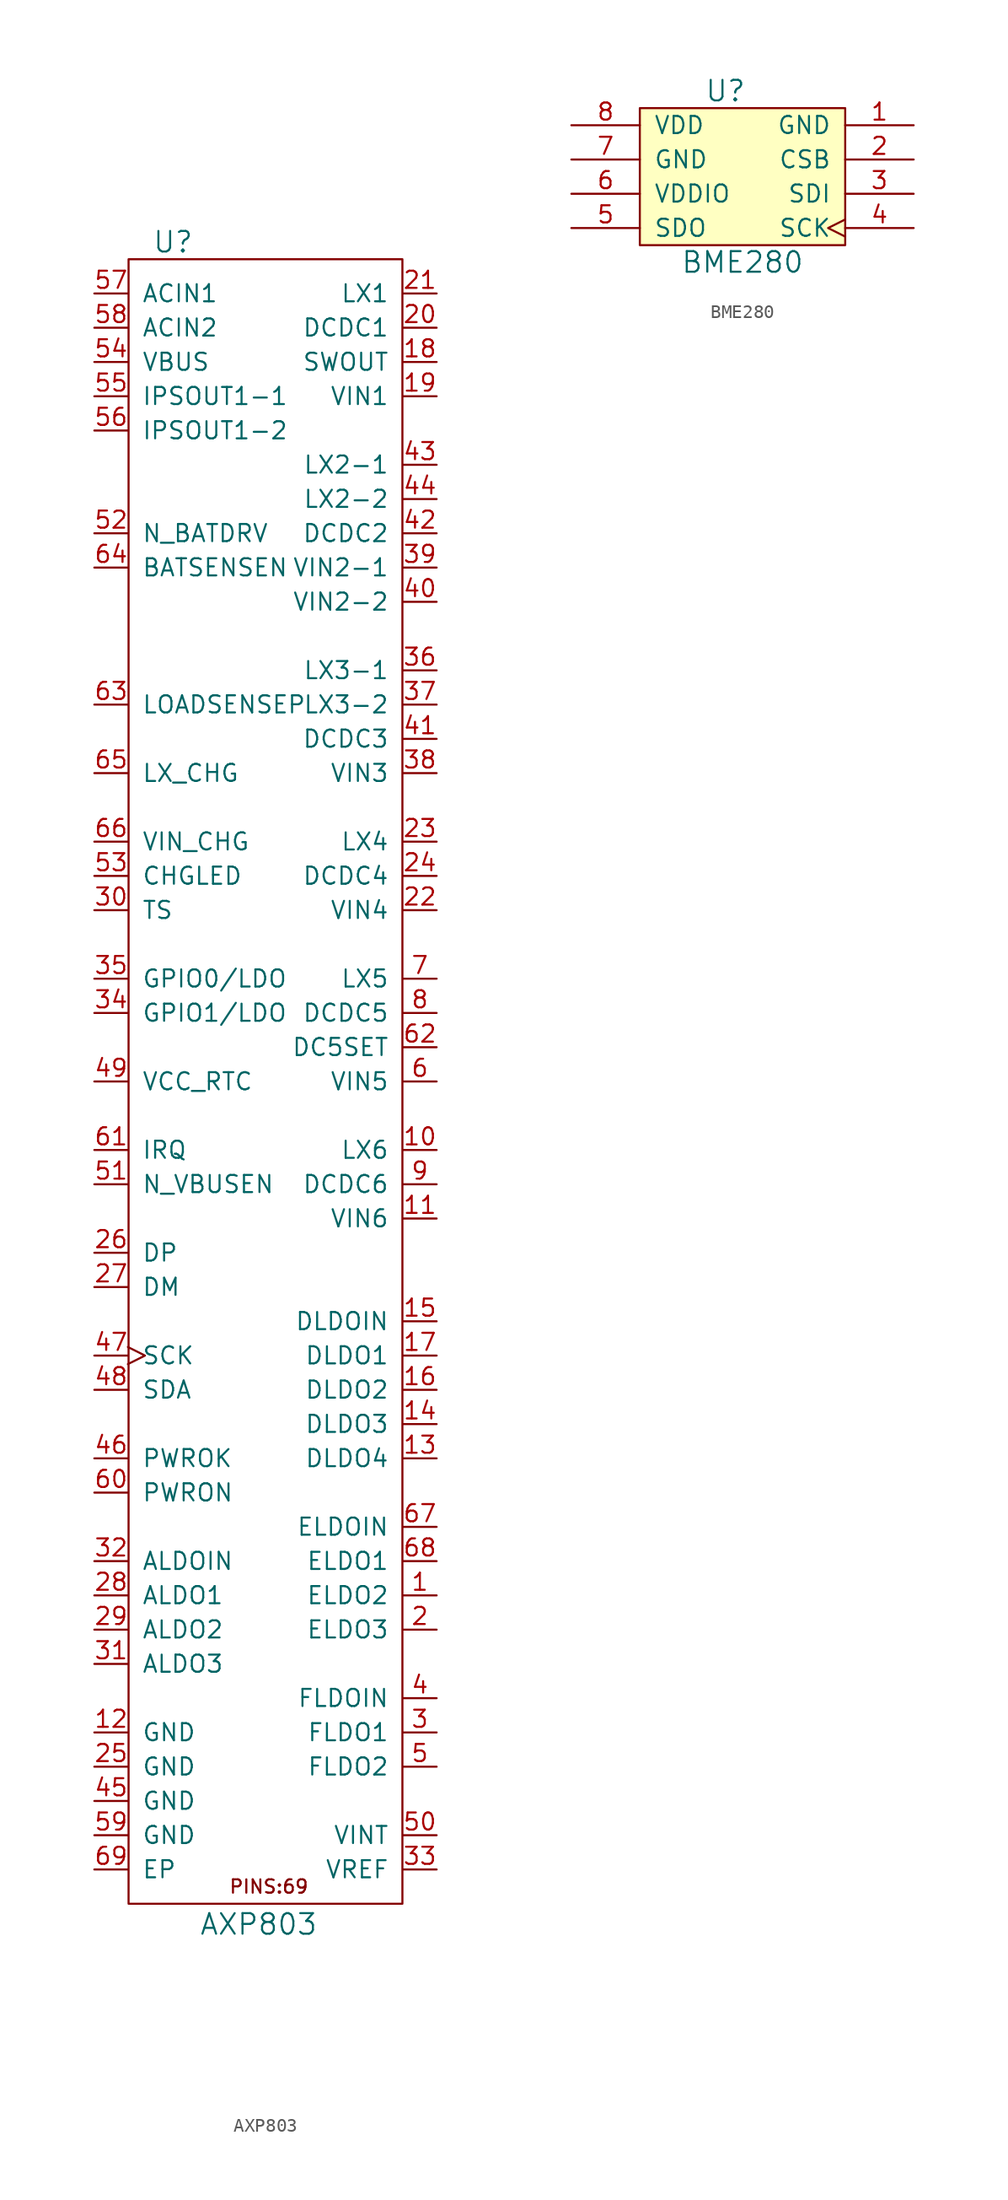
<source format=kicad_sym>
(kicad_symbol_lib
  (version 20220914)
  (generator kicad_symbol_editor)
  (symbol "AXP803"
    (pin_names
      (offset 1.016))
    (property "Reference" "U"
      (at -6.858 59.69 0)
      (effects (font (size 1.524 1.524))))
    (property "Value" "AXP803"
      (at -0.508 -65.024 0)
      (effects (font (size 1.524 1.524))))
    (property "Footprint" ""
      (at -5.08 17.78 0)
      (effects (font (size 1.524 1.524))))
    (property "Datasheet" ""
      (at -5.08 17.78 0)
      (effects (font (size 1.524 1.524))))
    (symbol "AXP803_0_0"
      (rectangle (start -10.16 58.42) (end 10.16 -63.5) (stroke (width 0) (type solid)) (fill (type none)))
      (text "PINS:69" (at 0.254 -62.23 0) (effects (font (size 0.991 0.991)))))
    (symbol "AXP803_1_1"
      (pin power_out line (at 12.7 -40.64 180) (length 2.489) (name "ELDO2" (effects (font (size 1.27 1.27)))) (number "1" (effects (font (size 1.27 1.27)))))
      (pin bidirectional line (at 12.7 -7.62 180) (length 2.489) (name "LX6" (effects (font (size 1.27 1.27)))) (number "10" (effects (font (size 1.27 1.27)))))
      (pin power_in line (at 12.7 -12.7 180) (length 2.489) (name "VIN6" (effects (font (size 1.27 1.27)))) (number "11" (effects (font (size 1.27 1.27)))))
      (pin power_in line (at -12.7 -50.8 0) (length 2.489) (name "GND" (effects (font (size 1.27 1.27)))) (number "12" (effects (font (size 1.27 1.27)))))
      (pin power_out line (at 12.7 -30.48 180) (length 2.489) (name "DLDO4" (effects (font (size 1.27 1.27)))) (number "13" (effects (font (size 1.27 1.27)))))
      (pin power_out line (at 12.7 -27.94 180) (length 2.489) (name "DLDO3" (effects (font (size 1.27 1.27)))) (number "14" (effects (font (size 1.27 1.27)))))
      (pin power_in line (at 12.7 -20.32 180) (length 2.489) (name "DLDOIN" (effects (font (size 1.27 1.27)))) (number "15" (effects (font (size 1.27 1.27)))))
      (pin power_out line (at 12.7 -25.4 180) (length 2.489) (name "DLDO2" (effects (font (size 1.27 1.27)))) (number "16" (effects (font (size 1.27 1.27)))))
      (pin power_out line (at 12.7 -22.86 180) (length 2.489) (name "DLDO1" (effects (font (size 1.27 1.27)))) (number "17" (effects (font (size 1.27 1.27)))))
      (pin output line (at 12.7 50.8 180) (length 2.489) (name "SWOUT" (effects (font (size 1.27 1.27)))) (number "18" (effects (font (size 1.27 1.27)))))
      (pin power_in line (at 12.7 48.26 180) (length 2.489) (name "VIN1" (effects (font (size 1.27 1.27)))) (number "19" (effects (font (size 1.27 1.27)))))
      (pin power_out line (at 12.7 -43.18 180) (length 2.489) (name "ELDO3" (effects (font (size 1.27 1.27)))) (number "2" (effects (font (size 1.27 1.27)))))
      (pin input line (at 12.7 53.34 180) (length 2.489) (name "DCDC1" (effects (font (size 1.27 1.27)))) (number "20" (effects (font (size 1.27 1.27)))))
      (pin bidirectional line (at 12.7 55.88 180) (length 2.489) (name "LX1" (effects (font (size 1.27 1.27)))) (number "21" (effects (font (size 1.27 1.27)))))
      (pin power_in line (at 12.7 10.16 180) (length 2.489) (name "VIN4" (effects (font (size 1.27 1.27)))) (number "22" (effects (font (size 1.27 1.27)))))
      (pin bidirectional line (at 12.7 15.24 180) (length 2.489) (name "LX4" (effects (font (size 1.27 1.27)))) (number "23" (effects (font (size 1.27 1.27)))))
      (pin input line (at 12.7 12.7 180) (length 2.489) (name "DCDC4" (effects (font (size 1.27 1.27)))) (number "24" (effects (font (size 1.27 1.27)))))
      (pin power_in line (at -12.7 -53.34 0) (length 2.489) (name "GND" (effects (font (size 1.27 1.27)))) (number "25" (effects (font (size 1.27 1.27)))))
      (pin input line (at -12.7 -15.24 0) (length 2.489) (name "DP" (effects (font (size 1.27 1.27)))) (number "26" (effects (font (size 1.27 1.27)))))
      (pin input line (at -12.7 -17.78 0) (length 2.489) (name "DM" (effects (font (size 1.27 1.27)))) (number "27" (effects (font (size 1.27 1.27)))))
      (pin power_out line (at -12.7 -40.64 0) (length 2.489) (name "ALDO1" (effects (font (size 1.27 1.27)))) (number "28" (effects (font (size 1.27 1.27)))))
      (pin power_out line (at -12.7 -43.18 0) (length 2.489) (name "ALDO2" (effects (font (size 1.27 1.27)))) (number "29" (effects (font (size 1.27 1.27)))))
      (pin power_out line (at 12.7 -50.8 180) (length 2.489) (name "FLDO1" (effects (font (size 1.27 1.27)))) (number "3" (effects (font (size 1.27 1.27)))))
      (pin input line (at -12.7 10.16 0) (length 2.489) (name "TS" (effects (font (size 1.27 1.27)))) (number "30" (effects (font (size 1.27 1.27)))))
      (pin power_out line (at -12.7 -45.72 0) (length 2.489) (name "ALDO3" (effects (font (size 1.27 1.27)))) (number "31" (effects (font (size 1.27 1.27)))))
      (pin power_in line (at -12.7 -38.1 0) (length 2.489) (name "ALDOIN" (effects (font (size 1.27 1.27)))) (number "32" (effects (font (size 1.27 1.27)))))
      (pin output line (at 12.7 -60.96 180) (length 2.489) (name "VREF" (effects (font (size 1.27 1.27)))) (number "33" (effects (font (size 1.27 1.27)))))
      (pin bidirectional line (at -12.7 2.54 0) (length 2.489) (name "GPIO1/LDO" (effects (font (size 1.27 1.27)))) (number "34" (effects (font (size 1.27 1.27)))))
      (pin bidirectional line (at -12.7 5.08 0) (length 2.489) (name "GPIO0/LDO" (effects (font (size 1.27 1.27)))) (number "35" (effects (font (size 1.27 1.27)))))
      (pin bidirectional line (at 12.7 27.94 180) (length 2.489) (name "LX3-1" (effects (font (size 1.27 1.27)))) (number "36" (effects (font (size 1.27 1.27)))))
      (pin bidirectional line (at 12.7 25.4 180) (length 2.489) (name "LX3-2" (effects (font (size 1.27 1.27)))) (number "37" (effects (font (size 1.27 1.27)))))
      (pin power_in line (at 12.7 20.32 180) (length 2.489) (name "VIN3" (effects (font (size 1.27 1.27)))) (number "38" (effects (font (size 1.27 1.27)))))
      (pin power_in line (at 12.7 35.56 180) (length 2.489) (name "VIN2-1" (effects (font (size 1.27 1.27)))) (number "39" (effects (font (size 1.27 1.27)))))
      (pin power_in line (at 12.7 -48.26 180) (length 2.489) (name "FLDOIN" (effects (font (size 1.27 1.27)))) (number "4" (effects (font (size 1.27 1.27)))))
      (pin power_in line (at 12.7 33.02 180) (length 2.489) (name "VIN2-2" (effects (font (size 1.27 1.27)))) (number "40" (effects (font (size 1.27 1.27)))))
      (pin input line (at 12.7 22.86 180) (length 2.489) (name "DCDC3" (effects (font (size 1.27 1.27)))) (number "41" (effects (font (size 1.27 1.27)))))
      (pin input line (at 12.7 38.1 180) (length 2.489) (name "DCDC2" (effects (font (size 1.27 1.27)))) (number "42" (effects (font (size 1.27 1.27)))))
      (pin bidirectional line (at 12.7 43.18 180) (length 2.489) (name "LX2-1" (effects (font (size 1.27 1.27)))) (number "43" (effects (font (size 1.27 1.27)))))
      (pin bidirectional line (at 12.7 40.64 180) (length 2.489) (name "LX2-2" (effects (font (size 1.27 1.27)))) (number "44" (effects (font (size 1.27 1.27)))))
      (pin power_in line (at -12.7 -55.88 0) (length 2.489) (name "GND" (effects (font (size 1.27 1.27)))) (number "45" (effects (font (size 1.27 1.27)))))
      (pin output line (at -12.7 -30.48 0) (length 2.489) (name "PWROK" (effects (font (size 1.27 1.27)))) (number "46" (effects (font (size 1.27 1.27)))))
      (pin input clock (at -12.7 -22.86 0) (length 2.489) (name "SCK" (effects (font (size 1.27 1.27)))) (number "47" (effects (font (size 1.27 1.27)))))
      (pin bidirectional line (at -12.7 -25.4 0) (length 2.489) (name "SDA" (effects (font (size 1.27 1.27)))) (number "48" (effects (font (size 1.27 1.27)))))
      (pin power_out line (at -12.7 -2.54 0) (length 2.489) (name "VCC_RTC" (effects (font (size 1.27 1.27)))) (number "49" (effects (font (size 1.27 1.27)))))
      (pin power_out line (at 12.7 -53.34 180) (length 2.489) (name "FLDO2" (effects (font (size 1.27 1.27)))) (number "5" (effects (font (size 1.27 1.27)))))
      (pin power_out line (at 12.7 -58.42 180) (length 2.489) (name "VINT" (effects (font (size 1.27 1.27)))) (number "50" (effects (font (size 1.27 1.27)))))
      (pin bidirectional line (at -12.7 -10.16 0) (length 2.489) (name "N_VBUSEN" (effects (font (size 1.27 1.27)))) (number "51" (effects (font (size 1.27 1.27)))))
      (pin output line (at -12.7 38.1 0) (length 2.489) (name "N_BATDRV" (effects (font (size 1.27 1.27)))) (number "52" (effects (font (size 1.27 1.27)))))
      (pin output line (at -12.7 12.7 0) (length 2.489) (name "CHGLED" (effects (font (size 1.27 1.27)))) (number "53" (effects (font (size 1.27 1.27)))))
      (pin power_in line (at -12.7 50.8 0) (length 2.489) (name "VBUS" (effects (font (size 1.27 1.27)))) (number "54" (effects (font (size 1.27 1.27)))))
      (pin power_out line (at -12.7 48.26 0) (length 2.489) (name "IPSOUT1-1" (effects (font (size 1.27 1.27)))) (number "55" (effects (font (size 1.27 1.27)))))
      (pin passive line (at -12.7 45.72 0) (length 2.489) (name "IPSOUT1-2" (effects (font (size 1.27 1.27)))) (number "56" (effects (font (size 1.27 1.27)))))
      (pin power_in line (at -12.7 55.88 0) (length 2.489) (name "ACIN1" (effects (font (size 1.27 1.27)))) (number "57" (effects (font (size 1.27 1.27)))))
      (pin power_in line (at -12.7 53.34 0) (length 2.489) (name "ACIN2" (effects (font (size 1.27 1.27)))) (number "58" (effects (font (size 1.27 1.27)))))
      (pin power_in line (at -12.7 -58.42 0) (length 2.489) (name "GND" (effects (font (size 1.27 1.27)))) (number "59" (effects (font (size 1.27 1.27)))))
      (pin power_in line (at 12.7 -2.54 180) (length 2.489) (name "VIN5" (effects (font (size 1.27 1.27)))) (number "6" (effects (font (size 1.27 1.27)))))
      (pin input line (at -12.7 -33.02 0) (length 2.489) (name "PWRON" (effects (font (size 1.27 1.27)))) (number "60" (effects (font (size 1.27 1.27)))))
      (pin output line (at -12.7 -7.62 0) (length 2.489) (name "IRQ" (effects (font (size 1.27 1.27)))) (number "61" (effects (font (size 1.27 1.27)))))
      (pin input line (at 12.7 0 180) (length 2.489) (name "DC5SET" (effects (font (size 1.27 1.27)))) (number "62" (effects (font (size 1.27 1.27)))))
      (pin input line (at -12.7 25.4 0) (length 2.489) (name "LOADSENSEP" (effects (font (size 1.27 1.27)))) (number "63" (effects (font (size 1.27 1.27)))))
      (pin input line (at -12.7 35.56 0) (length 2.489) (name "BATSENSEN" (effects (font (size 1.27 1.27)))) (number "64" (effects (font (size 1.27 1.27)))))
      (pin bidirectional line (at -12.7 20.32 0) (length 2.489) (name "LX_CHG" (effects (font (size 1.27 1.27)))) (number "65" (effects (font (size 1.27 1.27)))))
      (pin input line (at -12.7 15.24 0) (length 2.489) (name "VIN_CHG" (effects (font (size 1.27 1.27)))) (number "66" (effects (font (size 1.27 1.27)))))
      (pin power_in line (at 12.7 -35.56 180) (length 2.489) (name "ELDOIN" (effects (font (size 1.27 1.27)))) (number "67" (effects (font (size 1.27 1.27)))))
      (pin power_out line (at 12.7 -38.1 180) (length 2.489) (name "ELDO1" (effects (font (size 1.27 1.27)))) (number "68" (effects (font (size 1.27 1.27)))))
      (pin power_in line (at -12.7 -60.96 0) (length 2.489) (name "EP" (effects (font (size 1.27 1.27)))) (number "69" (effects (font (size 1.27 1.27)))))
      (pin bidirectional line (at 12.7 5.08 180) (length 2.489) (name "LX5" (effects (font (size 1.27 1.27)))) (number "7" (effects (font (size 1.27 1.27)))))
      (pin input line (at 12.7 2.54 180) (length 2.489) (name "DCDC5" (effects (font (size 1.27 1.27)))) (number "8" (effects (font (size 1.27 1.27)))))
      (pin input line (at 12.7 -10.16 180) (length 2.489) (name "DCDC6" (effects (font (size 1.27 1.27)))) (number "9" (effects (font (size 1.27 1.27)))))))
  (symbol "BME280"
    (pin_names
      (offset 1.016))
    (property "Reference" "U"
      (at 0 6.35 0)
      (effects (font (size 1.524 1.524))))
    (property "Value" "BME280"
      (at 1.27 -6.35 0)
      (effects (font (size 1.524 1.524))))
    (symbol "BME280_1_1"
      (rectangle (start -6.35 5.08) (end 8.89 -5.08) (stroke (width 0) (type solid)) (fill (type background)))
      (pin power_in line (at 13.97 3.81 180) (length 5.08) (name "GND" (effects (font (size 1.27 1.27)))) (number "1" (effects (font (size 1.27 1.27)))))
      (pin input line (at 13.97 1.27 180) (length 5.08) (name "CSB" (effects (font (size 1.27 1.27)))) (number "2" (effects (font (size 1.27 1.27)))))
      (pin bidirectional line (at 13.97 -1.27 180) (length 5.08) (name "SDI" (effects (font (size 1.27 1.27)))) (number "3" (effects (font (size 1.27 1.27)))))
      (pin input clock (at 13.97 -3.81 180) (length 5.08) (name "SCK" (effects (font (size 1.27 1.27)))) (number "4" (effects (font (size 1.27 1.27)))))
      (pin bidirectional line (at -11.43 -3.81 0) (length 5.08) (name "SDO" (effects (font (size 1.27 1.27)))) (number "5" (effects (font (size 1.27 1.27)))))
      (pin power_in line (at -11.43 -1.27 0) (length 5.08) (name "VDDIO" (effects (font (size 1.27 1.27)))) (number "6" (effects (font (size 1.27 1.27)))))
      (pin power_in line (at -11.43 1.27 0) (length 5.08) (name "GND" (effects (font (size 1.27 1.27)))) (number "7" (effects (font (size 1.27 1.27)))))
      (pin power_in line (at -11.43 3.81 0) (length 5.08) (name "VDD" (effects (font (size 1.27 1.27)))) (number "8" (effects (font (size 1.27 1.27))))))))
</source>
